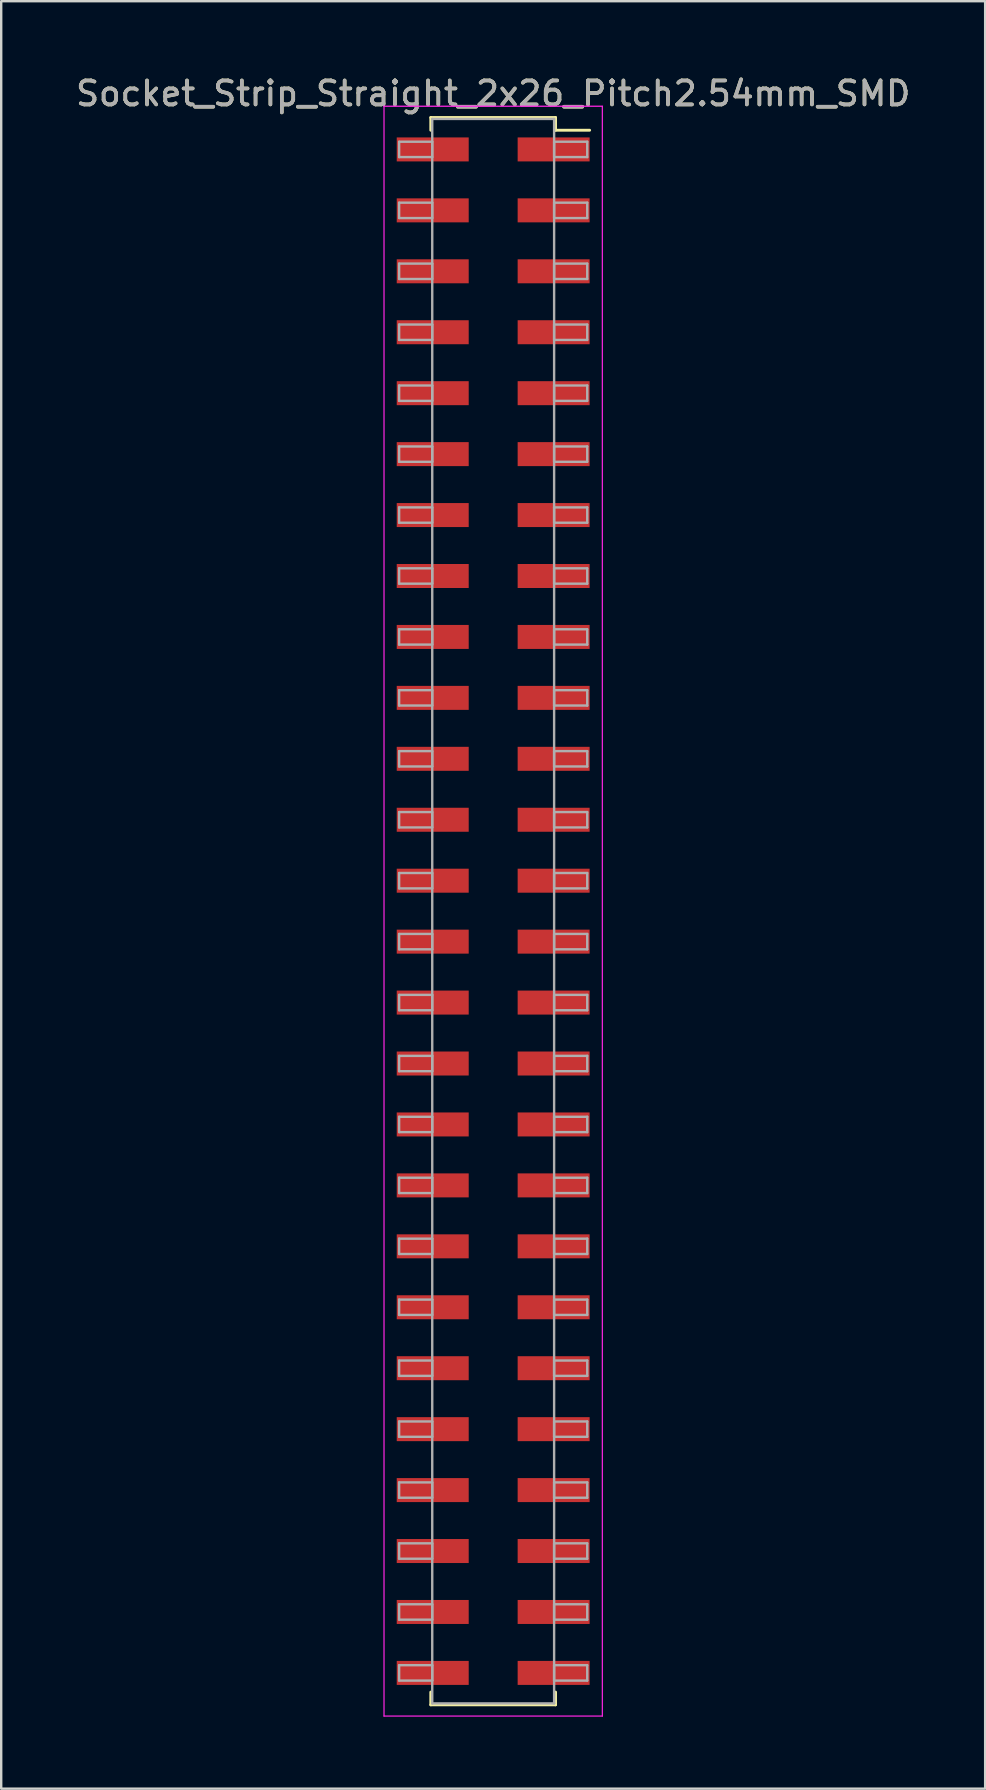
<source format=kicad_pcb>
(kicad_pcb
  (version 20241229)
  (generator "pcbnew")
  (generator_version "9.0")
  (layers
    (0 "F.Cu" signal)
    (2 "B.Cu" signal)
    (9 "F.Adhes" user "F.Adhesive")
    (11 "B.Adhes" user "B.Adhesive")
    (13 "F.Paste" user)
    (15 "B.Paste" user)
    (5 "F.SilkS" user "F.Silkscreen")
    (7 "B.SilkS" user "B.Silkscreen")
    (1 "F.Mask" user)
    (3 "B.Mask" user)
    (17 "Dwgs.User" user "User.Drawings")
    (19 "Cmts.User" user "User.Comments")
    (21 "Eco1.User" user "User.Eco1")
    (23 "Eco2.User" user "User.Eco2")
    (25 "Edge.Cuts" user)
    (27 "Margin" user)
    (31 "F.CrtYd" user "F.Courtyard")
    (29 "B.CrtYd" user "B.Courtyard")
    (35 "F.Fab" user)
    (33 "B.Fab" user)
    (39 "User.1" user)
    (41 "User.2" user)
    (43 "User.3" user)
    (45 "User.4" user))
  (footprint "Socket_Strip_Straight_2x26_Pitch2.54mm_SMD"
    (layer "F.Cu")
    (at 17.506 34.928)
    (property "Reference" "Socket_Strip_Straight_2x26_Pitch2.54mm_SMD" (at 0 -34.08 0) (layer "F.SilkS") (effects (font (size 1 1) (thickness 0.15))))
    (attr smd)
    (fp_line (start -2.6 -33.08) (end 2.6 -33.08) (stroke (width 0.12) (type solid)) (layer "F.SilkS"))
    (fp_line (start -2.6 -32.55) (end -2.6 -33.08) (stroke (width 0.12) (type solid)) (layer "F.SilkS"))
    (fp_line (start -2.6 32.55) (end -2.6 33.08) (stroke (width 0.12) (type solid)) (layer "F.SilkS"))
    (fp_line (start -2.6 33.08) (end 2.6 33.08) (stroke (width 0.12) (type solid)) (layer "F.SilkS"))
    (fp_line (start 2.6 -33.08) (end 2.6 -32.55) (stroke (width 0.12) (type solid)) (layer "F.SilkS"))
    (fp_line (start 2.6 33.08) (end 2.6 32.55) (stroke (width 0.12) (type solid)) (layer "F.SilkS"))
    (fp_line (start 4.02 -32.55) (end 2.6 -32.55) (stroke (width 0.12) (type solid)) (layer "F.SilkS"))
    (fp_line (start -4.55 -33.55) (end -4.55 33.55) (stroke (width 0.05) (type solid)) (layer "F.CrtYd"))
    (fp_line (start -4.55 33.55) (end 4.55 33.55) (stroke (width 0.05) (type solid)) (layer "F.CrtYd"))
    (fp_line (start 4.55 -33.55) (end -4.55 -33.55) (stroke (width 0.05) (type solid)) (layer "F.CrtYd"))
    (fp_line (start 4.55 33.55) (end 4.55 -33.55) (stroke (width 0.05) (type solid)) (layer "F.CrtYd"))
    (fp_line (start -3.92 -32.07) (end -2.54 -32.07) (stroke (width 0.1) (type solid)) (layer "F.Fab"))
    (fp_line (start -3.92 -31.43) (end -3.92 -32.07) (stroke (width 0.1) (type solid)) (layer "F.Fab"))
    (fp_line (start -3.92 -29.53) (end -2.54 -29.53) (stroke (width 0.1) (type solid)) (layer "F.Fab"))
    (fp_line (start -3.92 -28.89) (end -3.92 -29.53) (stroke (width 0.1) (type solid)) (layer "F.Fab"))
    (fp_line (start -3.92 -26.99) (end -2.54 -26.99) (stroke (width 0.1) (type solid)) (layer "F.Fab"))
    (fp_line (start -3.92 -26.35) (end -3.92 -26.99) (stroke (width 0.1) (type solid)) (layer "F.Fab"))
    (fp_line (start -3.92 -24.45) (end -2.54 -24.45) (stroke (width 0.1) (type solid)) (layer "F.Fab"))
    (fp_line (start -3.92 -23.81) (end -3.92 -24.45) (stroke (width 0.1) (type solid)) (layer "F.Fab"))
    (fp_line (start -3.92 -21.91) (end -2.54 -21.91) (stroke (width 0.1) (type solid)) (layer "F.Fab"))
    (fp_line (start -3.92 -21.27) (end -3.92 -21.91) (stroke (width 0.1) (type solid)) (layer "F.Fab"))
    (fp_line (start -3.92 -19.37) (end -2.54 -19.37) (stroke (width 0.1) (type solid)) (layer "F.Fab"))
    (fp_line (start -3.92 -18.73) (end -3.92 -19.37) (stroke (width 0.1) (type solid)) (layer "F.Fab"))
    (fp_line (start -3.92 -16.83) (end -2.54 -16.83) (stroke (width 0.1) (type solid)) (layer "F.Fab"))
    (fp_line (start -3.92 -16.19) (end -3.92 -16.83) (stroke (width 0.1) (type solid)) (layer "F.Fab"))
    (fp_line (start -3.92 -14.29) (end -2.54 -14.29) (stroke (width 0.1) (type solid)) (layer "F.Fab"))
    (fp_line (start -3.92 -13.65) (end -3.92 -14.29) (stroke (width 0.1) (type solid)) (layer "F.Fab"))
    (fp_line (start -3.92 -11.75) (end -2.54 -11.75) (stroke (width 0.1) (type solid)) (layer "F.Fab"))
    (fp_line (start -3.92 -11.11) (end -3.92 -11.75) (stroke (width 0.1) (type solid)) (layer "F.Fab"))
    (fp_line (start -3.92 -9.21) (end -2.54 -9.21) (stroke (width 0.1) (type solid)) (layer "F.Fab"))
    (fp_line (start -3.92 -8.57) (end -3.92 -9.21) (stroke (width 0.1) (type solid)) (layer "F.Fab"))
    (fp_line (start -3.92 -6.67) (end -2.54 -6.67) (stroke (width 0.1) (type solid)) (layer "F.Fab"))
    (fp_line (start -3.92 -6.03) (end -3.92 -6.67) (stroke (width 0.1) (type solid)) (layer "F.Fab"))
    (fp_line (start -3.92 -4.13) (end -2.54 -4.13) (stroke (width 0.1) (type solid)) (layer "F.Fab"))
    (fp_line (start -3.92 -3.49) (end -3.92 -4.13) (stroke (width 0.1) (type solid)) (layer "F.Fab"))
    (fp_line (start -3.92 -1.59) (end -2.54 -1.59) (stroke (width 0.1) (type solid)) (layer "F.Fab"))
    (fp_line (start -3.92 -0.95) (end -3.92 -1.59) (stroke (width 0.1) (type solid)) (layer "F.Fab"))
    (fp_line (start -3.92 0.95) (end -2.54 0.95) (stroke (width 0.1) (type solid)) (layer "F.Fab"))
    (fp_line (start -3.92 1.59) (end -3.92 0.95) (stroke (width 0.1) (type solid)) (layer "F.Fab"))
    (fp_line (start -3.92 3.49) (end -2.54 3.49) (stroke (width 0.1) (type solid)) (layer "F.Fab"))
    (fp_line (start -3.92 4.13) (end -3.92 3.49) (stroke (width 0.1) (type solid)) (layer "F.Fab"))
    (fp_line (start -3.92 6.03) (end -2.54 6.03) (stroke (width 0.1) (type solid)) (layer "F.Fab"))
    (fp_line (start -3.92 6.67) (end -3.92 6.03) (stroke (width 0.1) (type solid)) (layer "F.Fab"))
    (fp_line (start -3.92 8.57) (end -2.54 8.57) (stroke (width 0.1) (type solid)) (layer "F.Fab"))
    (fp_line (start -3.92 9.21) (end -3.92 8.57) (stroke (width 0.1) (type solid)) (layer "F.Fab"))
    (fp_line (start -3.92 11.11) (end -2.54 11.11) (stroke (width 0.1) (type solid)) (layer "F.Fab"))
    (fp_line (start -3.92 11.75) (end -3.92 11.11) (stroke (width 0.1) (type solid)) (layer "F.Fab"))
    (fp_line (start -3.92 13.65) (end -2.54 13.65) (stroke (width 0.1) (type solid)) (layer "F.Fab"))
    (fp_line (start -3.92 14.29) (end -3.92 13.65) (stroke (width 0.1) (type solid)) (layer "F.Fab"))
    (fp_line (start -3.92 16.19) (end -2.54 16.19) (stroke (width 0.1) (type solid)) (layer "F.Fab"))
    (fp_line (start -3.92 16.83) (end -3.92 16.19) (stroke (width 0.1) (type solid)) (layer "F.Fab"))
    (fp_line (start -3.92 18.73) (end -2.54 18.73) (stroke (width 0.1) (type solid)) (layer "F.Fab"))
    (fp_line (start -3.92 19.37) (end -3.92 18.73) (stroke (width 0.1) (type solid)) (layer "F.Fab"))
    (fp_line (start -3.92 21.27) (end -2.54 21.27) (stroke (width 0.1) (type solid)) (layer "F.Fab"))
    (fp_line (start -3.92 21.91) (end -3.92 21.27) (stroke (width 0.1) (type solid)) (layer "F.Fab"))
    (fp_line (start -3.92 23.81) (end -2.54 23.81) (stroke (width 0.1) (type solid)) (layer "F.Fab"))
    (fp_line (start -3.92 24.45) (end -3.92 23.81) (stroke (width 0.1) (type solid)) (layer "F.Fab"))
    (fp_line (start -3.92 26.35) (end -2.54 26.35) (stroke (width 0.1) (type solid)) (layer "F.Fab"))
    (fp_line (start -3.92 26.99) (end -3.92 26.35) (stroke (width 0.1) (type solid)) (layer "F.Fab"))
    (fp_line (start -3.92 28.89) (end -2.54 28.89) (stroke (width 0.1) (type solid)) (layer "F.Fab"))
    (fp_line (start -3.92 29.53) (end -3.92 28.89) (stroke (width 0.1) (type solid)) (layer "F.Fab"))
    (fp_line (start -3.92 31.43) (end -2.54 31.43) (stroke (width 0.1) (type solid)) (layer "F.Fab"))
    (fp_line (start -3.92 32.07) (end -3.92 31.43) (stroke (width 0.1) (type solid)) (layer "F.Fab"))
    (fp_line (start -2.54 -33.02) (end -2.54 33.02) (stroke (width 0.1) (type solid)) (layer "F.Fab"))
    (fp_line (start -2.54 -32.07) (end -2.54 -31.43) (stroke (width 0.1) (type solid)) (layer "F.Fab"))
    (fp_line (start -2.54 -31.43) (end -3.92 -31.43) (stroke (width 0.1) (type solid)) (layer "F.Fab"))
    (fp_line (start -2.54 -29.53) (end -2.54 -28.89) (stroke (width 0.1) (type solid)) (layer "F.Fab"))
    (fp_line (start -2.54 -28.89) (end -3.92 -28.89) (stroke (width 0.1) (type solid)) (layer "F.Fab"))
    (fp_line (start -2.54 -26.99) (end -2.54 -26.35) (stroke (width 0.1) (type solid)) (layer "F.Fab"))
    (fp_line (start -2.54 -26.35) (end -3.92 -26.35) (stroke (width 0.1) (type solid)) (layer "F.Fab"))
    (fp_line (start -2.54 -24.45) (end -2.54 -23.81) (stroke (width 0.1) (type solid)) (layer "F.Fab"))
    (fp_line (start -2.54 -23.81) (end -3.92 -23.81) (stroke (width 0.1) (type solid)) (layer "F.Fab"))
    (fp_line (start -2.54 -21.91) (end -2.54 -21.27) (stroke (width 0.1) (type solid)) (layer "F.Fab"))
    (fp_line (start -2.54 -21.27) (end -3.92 -21.27) (stroke (width 0.1) (type solid)) (layer "F.Fab"))
    (fp_line (start -2.54 -19.37) (end -2.54 -18.73) (stroke (width 0.1) (type solid)) (layer "F.Fab"))
    (fp_line (start -2.54 -18.73) (end -3.92 -18.73) (stroke (width 0.1) (type solid)) (layer "F.Fab"))
    (fp_line (start -2.54 -16.83) (end -2.54 -16.19) (stroke (width 0.1) (type solid)) (layer "F.Fab"))
    (fp_line (start -2.54 -16.19) (end -3.92 -16.19) (stroke (width 0.1) (type solid)) (layer "F.Fab"))
    (fp_line (start -2.54 -14.29) (end -2.54 -13.65) (stroke (width 0.1) (type solid)) (layer "F.Fab"))
    (fp_line (start -2.54 -13.65) (end -3.92 -13.65) (stroke (width 0.1) (type solid)) (layer "F.Fab"))
    (fp_line (start -2.54 -11.75) (end -2.54 -11.11) (stroke (width 0.1) (type solid)) (layer "F.Fab"))
    (fp_line (start -2.54 -11.11) (end -3.92 -11.11) (stroke (width 0.1) (type solid)) (layer "F.Fab"))
    (fp_line (start -2.54 -9.21) (end -2.54 -8.57) (stroke (width 0.1) (type solid)) (layer "F.Fab"))
    (fp_line (start -2.54 -8.57) (end -3.92 -8.57) (stroke (width 0.1) (type solid)) (layer "F.Fab"))
    (fp_line (start -2.54 -6.67) (end -2.54 -6.03) (stroke (width 0.1) (type solid)) (layer "F.Fab"))
    (fp_line (start -2.54 -6.03) (end -3.92 -6.03) (stroke (width 0.1) (type solid)) (layer "F.Fab"))
    (fp_line (start -2.54 -4.13) (end -2.54 -3.49) (stroke (width 0.1) (type solid)) (layer "F.Fab"))
    (fp_line (start -2.54 -3.49) (end -3.92 -3.49) (stroke (width 0.1) (type solid)) (layer "F.Fab"))
    (fp_line (start -2.54 -1.59) (end -2.54 -0.95) (stroke (width 0.1) (type solid)) (layer "F.Fab"))
    (fp_line (start -2.54 -0.95) (end -3.92 -0.95) (stroke (width 0.1) (type solid)) (layer "F.Fab"))
    (fp_line (start -2.54 0.95) (end -2.54 1.59) (stroke (width 0.1) (type solid)) (layer "F.Fab"))
    (fp_line (start -2.54 1.59) (end -3.92 1.59) (stroke (width 0.1) (type solid)) (layer "F.Fab"))
    (fp_line (start -2.54 3.49) (end -2.54 4.13) (stroke (width 0.1) (type solid)) (layer "F.Fab"))
    (fp_line (start -2.54 4.13) (end -3.92 4.13) (stroke (width 0.1) (type solid)) (layer "F.Fab"))
    (fp_line (start -2.54 6.03) (end -2.54 6.67) (stroke (width 0.1) (type solid)) (layer "F.Fab"))
    (fp_line (start -2.54 6.67) (end -3.92 6.67) (stroke (width 0.1) (type solid)) (layer "F.Fab"))
    (fp_line (start -2.54 8.57) (end -2.54 9.21) (stroke (width 0.1) (type solid)) (layer "F.Fab"))
    (fp_line (start -2.54 9.21) (end -3.92 9.21) (stroke (width 0.1) (type solid)) (layer "F.Fab"))
    (fp_line (start -2.54 11.11) (end -2.54 11.75) (stroke (width 0.1) (type solid)) (layer "F.Fab"))
    (fp_line (start -2.54 11.75) (end -3.92 11.75) (stroke (width 0.1) (type solid)) (layer "F.Fab"))
    (fp_line (start -2.54 13.65) (end -2.54 14.29) (stroke (width 0.1) (type solid)) (layer "F.Fab"))
    (fp_line (start -2.54 14.29) (end -3.92 14.29) (stroke (width 0.1) (type solid)) (layer "F.Fab"))
    (fp_line (start -2.54 16.19) (end -2.54 16.83) (stroke (width 0.1) (type solid)) (layer "F.Fab"))
    (fp_line (start -2.54 16.83) (end -3.92 16.83) (stroke (width 0.1) (type solid)) (layer "F.Fab"))
    (fp_line (start -2.54 18.73) (end -2.54 19.37) (stroke (width 0.1) (type solid)) (layer "F.Fab"))
    (fp_line (start -2.54 19.37) (end -3.92 19.37) (stroke (width 0.1) (type solid)) (layer "F.Fab"))
    (fp_line (start -2.54 21.27) (end -2.54 21.91) (stroke (width 0.1) (type solid)) (layer "F.Fab"))
    (fp_line (start -2.54 21.91) (end -3.92 21.91) (stroke (width 0.1) (type solid)) (layer "F.Fab"))
    (fp_line (start -2.54 23.81) (end -2.54 24.45) (stroke (width 0.1) (type solid)) (layer "F.Fab"))
    (fp_line (start -2.54 24.45) (end -3.92 24.45) (stroke (width 0.1) (type solid)) (layer "F.Fab"))
    (fp_line (start -2.54 26.35) (end -2.54 26.99) (stroke (width 0.1) (type solid)) (layer "F.Fab"))
    (fp_line (start -2.54 26.99) (end -3.92 26.99) (stroke (width 0.1) (type solid)) (layer "F.Fab"))
    (fp_line (start -2.54 28.89) (end -2.54 29.53) (stroke (width 0.1) (type solid)) (layer "F.Fab"))
    (fp_line (start -2.54 29.53) (end -3.92 29.53) (stroke (width 0.1) (type solid)) (layer "F.Fab"))
    (fp_line (start -2.54 31.43) (end -2.54 32.07) (stroke (width 0.1) (type solid)) (layer "F.Fab"))
    (fp_line (start -2.54 32.07) (end -3.92 32.07) (stroke (width 0.1) (type solid)) (layer "F.Fab"))
    (fp_line (start -2.54 33.02) (end 2.54 33.02) (stroke (width 0.1) (type solid)) (layer "F.Fab"))
    (fp_line (start 2.54 -33.02) (end -2.54 -33.02) (stroke (width 0.1) (type solid)) (layer "F.Fab"))
    (fp_line (start 2.54 -32.07) (end 2.54 -31.43) (stroke (width 0.1) (type solid)) (layer "F.Fab"))
    (fp_line (start 2.54 -31.43) (end 3.92 -31.43) (stroke (width 0.1) (type solid)) (layer "F.Fab"))
    (fp_line (start 2.54 -29.53) (end 2.54 -28.89) (stroke (width 0.1) (type solid)) (layer "F.Fab"))
    (fp_line (start 2.54 -28.89) (end 3.92 -28.89) (stroke (width 0.1) (type solid)) (layer "F.Fab"))
    (fp_line (start 2.54 -26.99) (end 2.54 -26.35) (stroke (width 0.1) (type solid)) (layer "F.Fab"))
    (fp_line (start 2.54 -26.35) (end 3.92 -26.35) (stroke (width 0.1) (type solid)) (layer "F.Fab"))
    (fp_line (start 2.54 -24.45) (end 2.54 -23.81) (stroke (width 0.1) (type solid)) (layer "F.Fab"))
    (fp_line (start 2.54 -23.81) (end 3.92 -23.81) (stroke (width 0.1) (type solid)) (layer "F.Fab"))
    (fp_line (start 2.54 -21.91) (end 2.54 -21.27) (stroke (width 0.1) (type solid)) (layer "F.Fab"))
    (fp_line (start 2.54 -21.27) (end 3.92 -21.27) (stroke (width 0.1) (type solid)) (layer "F.Fab"))
    (fp_line (start 2.54 -19.37) (end 2.54 -18.73) (stroke (width 0.1) (type solid)) (layer "F.Fab"))
    (fp_line (start 2.54 -18.73) (end 3.92 -18.73) (stroke (width 0.1) (type solid)) (layer "F.Fab"))
    (fp_line (start 2.54 -16.83) (end 2.54 -16.19) (stroke (width 0.1) (type solid)) (layer "F.Fab"))
    (fp_line (start 2.54 -16.19) (end 3.92 -16.19) (stroke (width 0.1) (type solid)) (layer "F.Fab"))
    (fp_line (start 2.54 -14.29) (end 2.54 -13.65) (stroke (width 0.1) (type solid)) (layer "F.Fab"))
    (fp_line (start 2.54 -13.65) (end 3.92 -13.65) (stroke (width 0.1) (type solid)) (layer "F.Fab"))
    (fp_line (start 2.54 -11.75) (end 2.54 -11.11) (stroke (width 0.1) (type solid)) (layer "F.Fab"))
    (fp_line (start 2.54 -11.11) (end 3.92 -11.11) (stroke (width 0.1) (type solid)) (layer "F.Fab"))
    (fp_line (start 2.54 -9.21) (end 2.54 -8.57) (stroke (width 0.1) (type solid)) (layer "F.Fab"))
    (fp_line (start 2.54 -8.57) (end 3.92 -8.57) (stroke (width 0.1) (type solid)) (layer "F.Fab"))
    (fp_line (start 2.54 -6.67) (end 2.54 -6.03) (stroke (width 0.1) (type solid)) (layer "F.Fab"))
    (fp_line (start 2.54 -6.03) (end 3.92 -6.03) (stroke (width 0.1) (type solid)) (layer "F.Fab"))
    (fp_line (start 2.54 -4.13) (end 2.54 -3.49) (stroke (width 0.1) (type solid)) (layer "F.Fab"))
    (fp_line (start 2.54 -3.49) (end 3.92 -3.49) (stroke (width 0.1) (type solid)) (layer "F.Fab"))
    (fp_line (start 2.54 -1.59) (end 2.54 -0.95) (stroke (width 0.1) (type solid)) (layer "F.Fab"))
    (fp_line (start 2.54 -0.95) (end 3.92 -0.95) (stroke (width 0.1) (type solid)) (layer "F.Fab"))
    (fp_line (start 2.54 0.95) (end 2.54 1.59) (stroke (width 0.1) (type solid)) (layer "F.Fab"))
    (fp_line (start 2.54 1.59) (end 3.92 1.59) (stroke (width 0.1) (type solid)) (layer "F.Fab"))
    (fp_line (start 2.54 3.49) (end 2.54 4.13) (stroke (width 0.1) (type solid)) (layer "F.Fab"))
    (fp_line (start 2.54 4.13) (end 3.92 4.13) (stroke (width 0.1) (type solid)) (layer "F.Fab"))
    (fp_line (start 2.54 6.03) (end 2.54 6.67) (stroke (width 0.1) (type solid)) (layer "F.Fab"))
    (fp_line (start 2.54 6.67) (end 3.92 6.67) (stroke (width 0.1) (type solid)) (layer "F.Fab"))
    (fp_line (start 2.54 8.57) (end 2.54 9.21) (stroke (width 0.1) (type solid)) (layer "F.Fab"))
    (fp_line (start 2.54 9.21) (end 3.92 9.21) (stroke (width 0.1) (type solid)) (layer "F.Fab"))
    (fp_line (start 2.54 11.11) (end 2.54 11.75) (stroke (width 0.1) (type solid)) (layer "F.Fab"))
    (fp_line (start 2.54 11.75) (end 3.92 11.75) (stroke (width 0.1) (type solid)) (layer "F.Fab"))
    (fp_line (start 2.54 13.65) (end 2.54 14.29) (stroke (width 0.1) (type solid)) (layer "F.Fab"))
    (fp_line (start 2.54 14.29) (end 3.92 14.29) (stroke (width 0.1) (type solid)) (layer "F.Fab"))
    (fp_line (start 2.54 16.19) (end 2.54 16.83) (stroke (width 0.1) (type solid)) (layer "F.Fab"))
    (fp_line (start 2.54 16.83) (end 3.92 16.83) (stroke (width 0.1) (type solid)) (layer "F.Fab"))
    (fp_line (start 2.54 18.73) (end 2.54 19.37) (stroke (width 0.1) (type solid)) (layer "F.Fab"))
    (fp_line (start 2.54 19.37) (end 3.92 19.37) (stroke (width 0.1) (type solid)) (layer "F.Fab"))
    (fp_line (start 2.54 21.27) (end 2.54 21.91) (stroke (width 0.1) (type solid)) (layer "F.Fab"))
    (fp_line (start 2.54 21.91) (end 3.92 21.91) (stroke (width 0.1) (type solid)) (layer "F.Fab"))
    (fp_line (start 2.54 23.81) (end 2.54 24.45) (stroke (width 0.1) (type solid)) (layer "F.Fab"))
    (fp_line (start 2.54 24.45) (end 3.92 24.45) (stroke (width 0.1) (type solid)) (layer "F.Fab"))
    (fp_line (start 2.54 26.35) (end 2.54 26.99) (stroke (width 0.1) (type solid)) (layer "F.Fab"))
    (fp_line (start 2.54 26.99) (end 3.92 26.99) (stroke (width 0.1) (type solid)) (layer "F.Fab"))
    (fp_line (start 2.54 28.89) (end 2.54 29.53) (stroke (width 0.1) (type solid)) (layer "F.Fab"))
    (fp_line (start 2.54 29.53) (end 3.92 29.53) (stroke (width 0.1) (type solid)) (layer "F.Fab"))
    (fp_line (start 2.54 31.43) (end 2.54 32.07) (stroke (width 0.1) (type solid)) (layer "F.Fab"))
    (fp_line (start 2.54 32.07) (end 3.92 32.07) (stroke (width 0.1) (type solid)) (layer "F.Fab"))
    (fp_line (start 2.54 33.02) (end 2.54 -33.02) (stroke (width 0.1) (type solid)) (layer "F.Fab"))
    (fp_line (start 3.92 -32.07) (end 2.54 -32.07) (stroke (width 0.1) (type solid)) (layer "F.Fab"))
    (fp_line (start 3.92 -31.43) (end 3.92 -32.07) (stroke (width 0.1) (type solid)) (layer "F.Fab"))
    (fp_line (start 3.92 -29.53) (end 2.54 -29.53) (stroke (width 0.1) (type solid)) (layer "F.Fab"))
    (fp_line (start 3.92 -28.89) (end 3.92 -29.53) (stroke (width 0.1) (type solid)) (layer "F.Fab"))
    (fp_line (start 3.92 -26.99) (end 2.54 -26.99) (stroke (width 0.1) (type solid)) (layer "F.Fab"))
    (fp_line (start 3.92 -26.35) (end 3.92 -26.99) (stroke (width 0.1) (type solid)) (layer "F.Fab"))
    (fp_line (start 3.92 -24.45) (end 2.54 -24.45) (stroke (width 0.1) (type solid)) (layer "F.Fab"))
    (fp_line (start 3.92 -23.81) (end 3.92 -24.45) (stroke (width 0.1) (type solid)) (layer "F.Fab"))
    (fp_line (start 3.92 -21.91) (end 2.54 -21.91) (stroke (width 0.1) (type solid)) (layer "F.Fab"))
    (fp_line (start 3.92 -21.27) (end 3.92 -21.91) (stroke (width 0.1) (type solid)) (layer "F.Fab"))
    (fp_line (start 3.92 -19.37) (end 2.54 -19.37) (stroke (width 0.1) (type solid)) (layer "F.Fab"))
    (fp_line (start 3.92 -18.73) (end 3.92 -19.37) (stroke (width 0.1) (type solid)) (layer "F.Fab"))
    (fp_line (start 3.92 -16.83) (end 2.54 -16.83) (stroke (width 0.1) (type solid)) (layer "F.Fab"))
    (fp_line (start 3.92 -16.19) (end 3.92 -16.83) (stroke (width 0.1) (type solid)) (layer "F.Fab"))
    (fp_line (start 3.92 -14.29) (end 2.54 -14.29) (stroke (width 0.1) (type solid)) (layer "F.Fab"))
    (fp_line (start 3.92 -13.65) (end 3.92 -14.29) (stroke (width 0.1) (type solid)) (layer "F.Fab"))
    (fp_line (start 3.92 -11.75) (end 2.54 -11.75) (stroke (width 0.1) (type solid)) (layer "F.Fab"))
    (fp_line (start 3.92 -11.11) (end 3.92 -11.75) (stroke (width 0.1) (type solid)) (layer "F.Fab"))
    (fp_line (start 3.92 -9.21) (end 2.54 -9.21) (stroke (width 0.1) (type solid)) (layer "F.Fab"))
    (fp_line (start 3.92 -8.57) (end 3.92 -9.21) (stroke (width 0.1) (type solid)) (layer "F.Fab"))
    (fp_line (start 3.92 -6.67) (end 2.54 -6.67) (stroke (width 0.1) (type solid)) (layer "F.Fab"))
    (fp_line (start 3.92 -6.03) (end 3.92 -6.67) (stroke (width 0.1) (type solid)) (layer "F.Fab"))
    (fp_line (start 3.92 -4.13) (end 2.54 -4.13) (stroke (width 0.1) (type solid)) (layer "F.Fab"))
    (fp_line (start 3.92 -3.49) (end 3.92 -4.13) (stroke (width 0.1) (type solid)) (layer "F.Fab"))
    (fp_line (start 3.92 -1.59) (end 2.54 -1.59) (stroke (width 0.1) (type solid)) (layer "F.Fab"))
    (fp_line (start 3.92 -0.95) (end 3.92 -1.59) (stroke (width 0.1) (type solid)) (layer "F.Fab"))
    (fp_line (start 3.92 0.95) (end 2.54 0.95) (stroke (width 0.1) (type solid)) (layer "F.Fab"))
    (fp_line (start 3.92 1.59) (end 3.92 0.95) (stroke (width 0.1) (type solid)) (layer "F.Fab"))
    (fp_line (start 3.92 3.49) (end 2.54 3.49) (stroke (width 0.1) (type solid)) (layer "F.Fab"))
    (fp_line (start 3.92 4.13) (end 3.92 3.49) (stroke (width 0.1) (type solid)) (layer "F.Fab"))
    (fp_line (start 3.92 6.03) (end 2.54 6.03) (stroke (width 0.1) (type solid)) (layer "F.Fab"))
    (fp_line (start 3.92 6.67) (end 3.92 6.03) (stroke (width 0.1) (type solid)) (layer "F.Fab"))
    (fp_line (start 3.92 8.57) (end 2.54 8.57) (stroke (width 0.1) (type solid)) (layer "F.Fab"))
    (fp_line (start 3.92 9.21) (end 3.92 8.57) (stroke (width 0.1) (type solid)) (layer "F.Fab"))
    (fp_line (start 3.92 11.11) (end 2.54 11.11) (stroke (width 0.1) (type solid)) (layer "F.Fab"))
    (fp_line (start 3.92 11.75) (end 3.92 11.11) (stroke (width 0.1) (type solid)) (layer "F.Fab"))
    (fp_line (start 3.92 13.65) (end 2.54 13.65) (stroke (width 0.1) (type solid)) (layer "F.Fab"))
    (fp_line (start 3.92 14.29) (end 3.92 13.65) (stroke (width 0.1) (type solid)) (layer "F.Fab"))
    (fp_line (start 3.92 16.19) (end 2.54 16.19) (stroke (width 0.1) (type solid)) (layer "F.Fab"))
    (fp_line (start 3.92 16.83) (end 3.92 16.19) (stroke (width 0.1) (type solid)) (layer "F.Fab"))
    (fp_line (start 3.92 18.73) (end 2.54 18.73) (stroke (width 0.1) (type solid)) (layer "F.Fab"))
    (fp_line (start 3.92 19.37) (end 3.92 18.73) (stroke (width 0.1) (type solid)) (layer "F.Fab"))
    (fp_line (start 3.92 21.27) (end 2.54 21.27) (stroke (width 0.1) (type solid)) (layer "F.Fab"))
    (fp_line (start 3.92 21.91) (end 3.92 21.27) (stroke (width 0.1) (type solid)) (layer "F.Fab"))
    (fp_line (start 3.92 23.81) (end 2.54 23.81) (stroke (width 0.1) (type solid)) (layer "F.Fab"))
    (fp_line (start 3.92 24.45) (end 3.92 23.81) (stroke (width 0.1) (type solid)) (layer "F.Fab"))
    (fp_line (start 3.92 26.35) (end 2.54 26.35) (stroke (width 0.1) (type solid)) (layer "F.Fab"))
    (fp_line (start 3.92 26.99) (end 3.92 26.35) (stroke (width 0.1) (type solid)) (layer "F.Fab"))
    (fp_line (start 3.92 28.89) (end 2.54 28.89) (stroke (width 0.1) (type solid)) (layer "F.Fab"))
    (fp_line (start 3.92 29.53) (end 3.92 28.89) (stroke (width 0.1) (type solid)) (layer "F.Fab"))
    (fp_line (start 3.92 31.43) (end 2.54 31.43) (stroke (width 0.1) (type solid)) (layer "F.Fab"))
    (fp_line (start 3.92 32.07) (end 3.92 31.43) (stroke (width 0.1) (type solid)) (layer "F.Fab"))
    (fp_text user "${REFERENCE}" (at 0 -34.08 0) (layer "F.Fab") (effects (font (size 1 1) (thickness 0.15))))
    (pad "1" smd rect (at 2.52 -31.75) (size 3 1) (layers "F.Cu" "F.Mask" "F.Paste"))
    (pad "2" smd rect (at -2.52 -31.75) (size 3 1) (layers "F.Cu" "F.Mask" "F.Paste"))
    (pad "3" smd rect (at 2.52 -29.21) (size 3 1) (layers "F.Cu" "F.Mask" "F.Paste"))
    (pad "4" smd rect (at -2.52 -29.21) (size 3 1) (layers "F.Cu" "F.Mask" "F.Paste"))
    (pad "5" smd rect (at 2.52 -26.67) (size 3 1) (layers "F.Cu" "F.Mask" "F.Paste"))
    (pad "6" smd rect (at -2.52 -26.67) (size 3 1) (layers "F.Cu" "F.Mask" "F.Paste"))
    (pad "7" smd rect (at 2.52 -24.13) (size 3 1) (layers "F.Cu" "F.Mask" "F.Paste"))
    (pad "8" smd rect (at -2.52 -24.13) (size 3 1) (layers "F.Cu" "F.Mask" "F.Paste"))
    (pad "9" smd rect (at 2.52 -21.59) (size 3 1) (layers "F.Cu" "F.Mask" "F.Paste"))
    (pad "10" smd rect (at -2.52 -21.59) (size 3 1) (layers "F.Cu" "F.Mask" "F.Paste"))
    (pad "11" smd rect (at 2.52 -19.05) (size 3 1) (layers "F.Cu" "F.Mask" "F.Paste"))
    (pad "12" smd rect (at -2.52 -19.05) (size 3 1) (layers "F.Cu" "F.Mask" "F.Paste"))
    (pad "13" smd rect (at 2.52 -16.51) (size 3 1) (layers "F.Cu" "F.Mask" "F.Paste"))
    (pad "14" smd rect (at -2.52 -16.51) (size 3 1) (layers "F.Cu" "F.Mask" "F.Paste"))
    (pad "15" smd rect (at 2.52 -13.97) (size 3 1) (layers "F.Cu" "F.Mask" "F.Paste"))
    (pad "16" smd rect (at -2.52 -13.97) (size 3 1) (layers "F.Cu" "F.Mask" "F.Paste"))
    (pad "17" smd rect (at 2.52 -11.43) (size 3 1) (layers "F.Cu" "F.Mask" "F.Paste"))
    (pad "18" smd rect (at -2.52 -11.43) (size 3 1) (layers "F.Cu" "F.Mask" "F.Paste"))
    (pad "19" smd rect (at 2.52 -8.89) (size 3 1) (layers "F.Cu" "F.Mask" "F.Paste"))
    (pad "20" smd rect (at -2.52 -8.89) (size 3 1) (layers "F.Cu" "F.Mask" "F.Paste"))
    (pad "21" smd rect (at 2.52 -6.35) (size 3 1) (layers "F.Cu" "F.Mask" "F.Paste"))
    (pad "22" smd rect (at -2.52 -6.35) (size 3 1) (layers "F.Cu" "F.Mask" "F.Paste"))
    (pad "23" smd rect (at 2.52 -3.81) (size 3 1) (layers "F.Cu" "F.Mask" "F.Paste"))
    (pad "24" smd rect (at -2.52 -3.81) (size 3 1) (layers "F.Cu" "F.Mask" "F.Paste"))
    (pad "25" smd rect (at 2.52 -1.27) (size 3 1) (layers "F.Cu" "F.Mask" "F.Paste"))
    (pad "26" smd rect (at -2.52 -1.27) (size 3 1) (layers "F.Cu" "F.Mask" "F.Paste"))
    (pad "27" smd rect (at 2.52 1.27) (size 3 1) (layers "F.Cu" "F.Mask" "F.Paste"))
    (pad "28" smd rect (at -2.52 1.27) (size 3 1) (layers "F.Cu" "F.Mask" "F.Paste"))
    (pad "29" smd rect (at 2.52 3.81) (size 3 1) (layers "F.Cu" "F.Mask" "F.Paste"))
    (pad "30" smd rect (at -2.52 3.81) (size 3 1) (layers "F.Cu" "F.Mask" "F.Paste"))
    (pad "31" smd rect (at 2.52 6.35) (size 3 1) (layers "F.Cu" "F.Mask" "F.Paste"))
    (pad "32" smd rect (at -2.52 6.35) (size 3 1) (layers "F.Cu" "F.Mask" "F.Paste"))
    (pad "33" smd rect (at 2.52 8.89) (size 3 1) (layers "F.Cu" "F.Mask" "F.Paste"))
    (pad "34" smd rect (at -2.52 8.89) (size 3 1) (layers "F.Cu" "F.Mask" "F.Paste"))
    (pad "35" smd rect (at 2.52 11.43) (size 3 1) (layers "F.Cu" "F.Mask" "F.Paste"))
    (pad "36" smd rect (at -2.52 11.43) (size 3 1) (layers "F.Cu" "F.Mask" "F.Paste"))
    (pad "37" smd rect (at 2.52 13.97) (size 3 1) (layers "F.Cu" "F.Mask" "F.Paste"))
    (pad "38" smd rect (at -2.52 13.97) (size 3 1) (layers "F.Cu" "F.Mask" "F.Paste"))
    (pad "39" smd rect (at 2.52 16.51) (size 3 1) (layers "F.Cu" "F.Mask" "F.Paste"))
    (pad "40" smd rect (at -2.52 16.51) (size 3 1) (layers "F.Cu" "F.Mask" "F.Paste"))
    (pad "41" smd rect (at 2.52 19.05) (size 3 1) (layers "F.Cu" "F.Mask" "F.Paste"))
    (pad "42" smd rect (at -2.52 19.05) (size 3 1) (layers "F.Cu" "F.Mask" "F.Paste"))
    (pad "43" smd rect (at 2.52 21.59) (size 3 1) (layers "F.Cu" "F.Mask" "F.Paste"))
    (pad "44" smd rect (at -2.52 21.59) (size 3 1) (layers "F.Cu" "F.Mask" "F.Paste"))
    (pad "45" smd rect (at 2.52 24.13) (size 3 1) (layers "F.Cu" "F.Mask" "F.Paste"))
    (pad "46" smd rect (at -2.52 24.13) (size 3 1) (layers "F.Cu" "F.Mask" "F.Paste"))
    (pad "47" smd rect (at 2.52 26.67) (size 3 1) (layers "F.Cu" "F.Mask" "F.Paste"))
    (pad "48" smd rect (at -2.52 26.67) (size 3 1) (layers "F.Cu" "F.Mask" "F.Paste"))
    (pad "49" smd rect (at 2.52 29.21) (size 3 1) (layers "F.Cu" "F.Mask" "F.Paste"))
    (pad "50" smd rect (at -2.52 29.21) (size 3 1) (layers "F.Cu" "F.Mask" "F.Paste"))
    (pad "51" smd rect (at 2.52 31.75) (size 3 1) (layers "F.Cu" "F.Mask" "F.Paste"))
    (pad "52" smd rect (at -2.52 31.75) (size 3 1) (layers "F.Cu" "F.Mask" "F.Paste")))
  (gr_rect
    (start -3 -3)
    (end 38.012 71.503)
    (stroke (width 0.1) (type default))
    (fill no)
    (layer "Edge.Cuts")))
</source>
